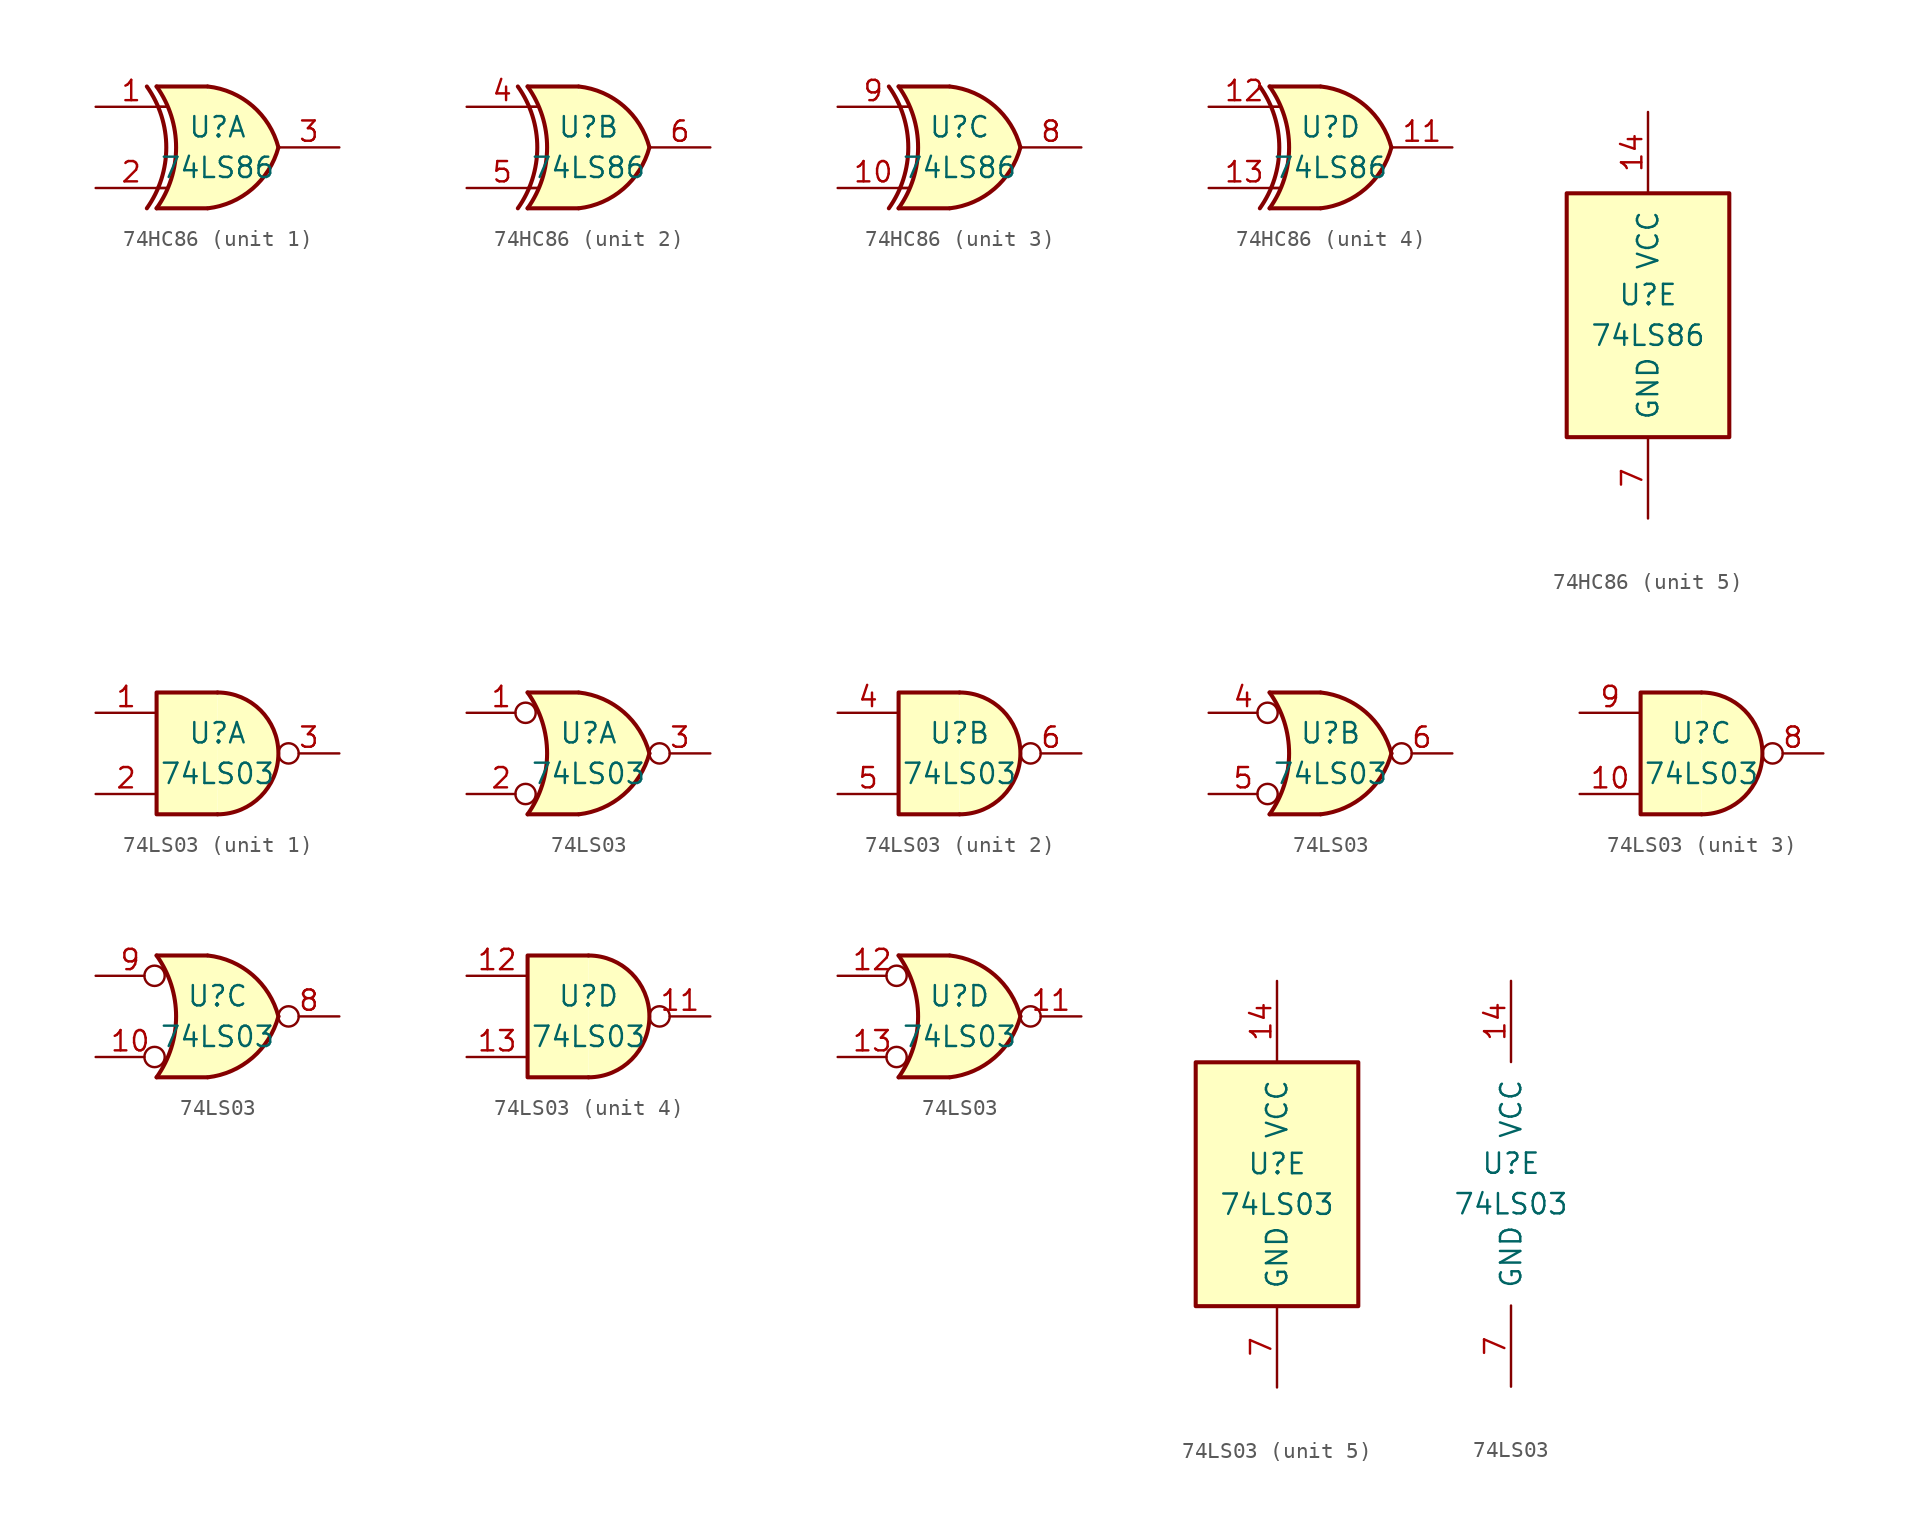
<source format=kicad_sym>
(kicad_symbol_lib
  (version 20220914)
  (generator kicad_symbol_editor)
  (symbol "74HC86"
    (pin_names
      (offset 1.016))
    (property "Reference" "U"
      (at 0 1.27 0)
      (effects (font (size 1.27 1.27))))
    (property "Value" "74LS86"
      (at 0 -1.27 0)
      (effects (font (size 1.27 1.27))))
    (property "ki_locked" ""
      (at 0 0 0)
      (effects (font (size 1.27 1.27))))
    (symbol "74HC86_1_0"
      (arc (start -4.4196 -3.81) (mid -3.2033 0) (end -4.4196 3.81) (stroke (width 0.254) (type default)) (fill (type none)))
      (arc (start -3.81 -3.81) (mid -2.589 0) (end -3.81 3.81) (stroke (width 0.254) (type default)) (fill (type none)))
      (arc (start -0.6096 -3.81) (mid 2.1842 -2.5851) (end 3.81 0) (stroke (width 0.254) (type default)) (fill (type background)))
      (polyline (pts (xy -3.81 -3.81) (xy -0.635 -3.81)) (stroke (width 0.254) (type default)) (fill (type background)))
      (polyline (pts (xy -3.81 3.81) (xy -0.635 3.81)) (stroke (width 0.254) (type default)) (fill (type background)))
      (polyline (pts (xy -0.635 3.81) (xy -3.81 3.81) (xy -3.81 3.81) (xy -3.556 3.404) (xy -3.023 2.261) (xy -2.692 1.041) (xy -2.616 -0.254) (xy -2.769 -1.499) (xy -3.175 -2.718) (xy -3.81 -3.81) (xy -3.81 -3.81) (xy -0.635 -3.81)) (stroke (width -25.4) (type default)) (fill (type background)))
      (arc (start 3.81 0) (mid 2.1915 2.5936) (end -0.6096 3.81) (stroke (width 0.254) (type default)) (fill (type background)))
      (pin input line (at -7.62 2.54 0) (length 4.445) (name "~" (effects (font (size 1.27 1.27)))) (number "1" (effects (font (size 1.27 1.27)))))
      (pin input line (at -7.62 -2.54 0) (length 4.445) (name "~" (effects (font (size 1.27 1.27)))) (number "2" (effects (font (size 1.27 1.27)))))
      (pin output line (at 7.62 0 180) (length 3.81) (name "~" (effects (font (size 1.27 1.27)))) (number "3" (effects (font (size 1.27 1.27))))))
    (symbol "74HC86_1_1"
      (polyline (pts (xy -3.81 -2.54) (xy -3.175 -2.54)) (stroke (width 0.152) (type default)) (fill (type none)))
      (polyline (pts (xy -3.81 2.54) (xy -3.175 2.54)) (stroke (width 0.152) (type default)) (fill (type none))))
    (symbol "74HC86_2_0"
      (arc (start -4.4196 -3.81) (mid -3.2033 0) (end -4.4196 3.81) (stroke (width 0.254) (type default)) (fill (type none)))
      (arc (start -3.81 -3.81) (mid -2.589 0) (end -3.81 3.81) (stroke (width 0.254) (type default)) (fill (type none)))
      (arc (start -0.6096 -3.81) (mid 2.1842 -2.5851) (end 3.81 0) (stroke (width 0.254) (type default)) (fill (type background)))
      (polyline (pts (xy -3.81 -3.81) (xy -0.635 -3.81)) (stroke (width 0.254) (type default)) (fill (type background)))
      (polyline (pts (xy -3.81 3.81) (xy -0.635 3.81)) (stroke (width 0.254) (type default)) (fill (type background)))
      (polyline (pts (xy -0.635 3.81) (xy -3.81 3.81) (xy -3.81 3.81) (xy -3.556 3.404) (xy -3.023 2.261) (xy -2.692 1.041) (xy -2.616 -0.254) (xy -2.769 -1.499) (xy -3.175 -2.718) (xy -3.81 -3.81) (xy -3.81 -3.81) (xy -0.635 -3.81)) (stroke (width -25.4) (type default)) (fill (type background)))
      (arc (start 3.81 0) (mid 2.1915 2.5936) (end -0.6096 3.81) (stroke (width 0.254) (type default)) (fill (type background)))
      (pin input line (at -7.62 2.54 0) (length 4.445) (name "~" (effects (font (size 1.27 1.27)))) (number "4" (effects (font (size 1.27 1.27)))))
      (pin input line (at -7.62 -2.54 0) (length 4.445) (name "~" (effects (font (size 1.27 1.27)))) (number "5" (effects (font (size 1.27 1.27)))))
      (pin output line (at 7.62 0 180) (length 3.81) (name "~" (effects (font (size 1.27 1.27)))) (number "6" (effects (font (size 1.27 1.27))))))
    (symbol "74HC86_2_1"
      (polyline (pts (xy -3.81 -2.54) (xy -3.175 -2.54)) (stroke (width 0.152) (type default)) (fill (type none)))
      (polyline (pts (xy -3.81 2.54) (xy -3.175 2.54)) (stroke (width 0.152) (type default)) (fill (type none))))
    (symbol "74HC86_3_0"
      (arc (start -4.4196 -3.81) (mid -3.2033 0) (end -4.4196 3.81) (stroke (width 0.254) (type default)) (fill (type none)))
      (arc (start -3.81 -3.81) (mid -2.589 0) (end -3.81 3.81) (stroke (width 0.254) (type default)) (fill (type none)))
      (arc (start -0.6096 -3.81) (mid 2.1842 -2.5851) (end 3.81 0) (stroke (width 0.254) (type default)) (fill (type background)))
      (polyline (pts (xy -3.81 -3.81) (xy -0.635 -3.81)) (stroke (width 0.254) (type default)) (fill (type background)))
      (polyline (pts (xy -3.81 3.81) (xy -0.635 3.81)) (stroke (width 0.254) (type default)) (fill (type background)))
      (polyline (pts (xy -0.635 3.81) (xy -3.81 3.81) (xy -3.81 3.81) (xy -3.556 3.404) (xy -3.023 2.261) (xy -2.692 1.041) (xy -2.616 -0.254) (xy -2.769 -1.499) (xy -3.175 -2.718) (xy -3.81 -3.81) (xy -3.81 -3.81) (xy -0.635 -3.81)) (stroke (width -25.4) (type default)) (fill (type background)))
      (arc (start 3.81 0) (mid 2.1915 2.5936) (end -0.6096 3.81) (stroke (width 0.254) (type default)) (fill (type background)))
      (pin input line (at -7.62 -2.54 0) (length 4.445) (name "~" (effects (font (size 1.27 1.27)))) (number "10" (effects (font (size 1.27 1.27)))))
      (pin output line (at 7.62 0 180) (length 3.81) (name "~" (effects (font (size 1.27 1.27)))) (number "8" (effects (font (size 1.27 1.27)))))
      (pin input line (at -7.62 2.54 0) (length 4.445) (name "~" (effects (font (size 1.27 1.27)))) (number "9" (effects (font (size 1.27 1.27))))))
    (symbol "74HC86_3_1"
      (polyline (pts (xy -3.81 -2.54) (xy -3.175 -2.54)) (stroke (width 0.152) (type default)) (fill (type none)))
      (polyline (pts (xy -3.81 2.54) (xy -3.175 2.54)) (stroke (width 0.152) (type default)) (fill (type none))))
    (symbol "74HC86_4_0"
      (arc (start -4.4196 -3.81) (mid -3.2033 0) (end -4.4196 3.81) (stroke (width 0.254) (type default)) (fill (type none)))
      (arc (start -3.81 -3.81) (mid -2.589 0) (end -3.81 3.81) (stroke (width 0.254) (type default)) (fill (type none)))
      (arc (start -0.6096 -3.81) (mid 2.1842 -2.5851) (end 3.81 0) (stroke (width 0.254) (type default)) (fill (type background)))
      (polyline (pts (xy -3.81 -3.81) (xy -0.635 -3.81)) (stroke (width 0.254) (type default)) (fill (type background)))
      (polyline (pts (xy -3.81 3.81) (xy -0.635 3.81)) (stroke (width 0.254) (type default)) (fill (type background)))
      (polyline (pts (xy -0.635 3.81) (xy -3.81 3.81) (xy -3.81 3.81) (xy -3.556 3.404) (xy -3.023 2.261) (xy -2.692 1.041) (xy -2.616 -0.254) (xy -2.769 -1.499) (xy -3.175 -2.718) (xy -3.81 -3.81) (xy -3.81 -3.81) (xy -0.635 -3.81)) (stroke (width -25.4) (type default)) (fill (type background)))
      (arc (start 3.81 0) (mid 2.1915 2.5936) (end -0.6096 3.81) (stroke (width 0.254) (type default)) (fill (type background)))
      (pin output line (at 7.62 0 180) (length 3.81) (name "~" (effects (font (size 1.27 1.27)))) (number "11" (effects (font (size 1.27 1.27)))))
      (pin input line (at -7.62 2.54 0) (length 4.445) (name "~" (effects (font (size 1.27 1.27)))) (number "12" (effects (font (size 1.27 1.27)))))
      (pin input line (at -7.62 -2.54 0) (length 4.445) (name "~" (effects (font (size 1.27 1.27)))) (number "13" (effects (font (size 1.27 1.27))))))
    (symbol "74HC86_4_1"
      (polyline (pts (xy -3.81 -2.54) (xy -3.175 -2.54)) (stroke (width 0.152) (type default)) (fill (type none)))
      (polyline (pts (xy -3.81 2.54) (xy -3.175 2.54)) (stroke (width 0.152) (type default)) (fill (type none))))
    (symbol "74HC86_5_0"
      (pin power_in line (at 0 12.7 270) (length 5.08) (name "VCC" (effects (font (size 1.27 1.27)))) (number "14" (effects (font (size 1.27 1.27)))))
      (pin power_in line (at 0 -12.7 90) (length 5.08) (name "GND" (effects (font (size 1.27 1.27)))) (number "7" (effects (font (size 1.27 1.27))))))
    (symbol "74HC86_5_1"
      (rectangle (start -5.08 7.62) (end 5.08 -7.62) (stroke (width 0.254) (type default)) (fill (type background)))))
  (symbol "74LS03"
    (pin_names
      (offset 1.016))
    (property "Reference" "U"
      (at 0 1.27 0)
      (effects (font (size 1.27 1.27))))
    (property "Value" "74LS03"
      (at 0 -1.27 0)
      (effects (font (size 1.27 1.27))))
    (property "ki_locked" ""
      (at 0 0 0)
      (effects (font (size 1.27 1.27))))
    (symbol "74LS03_1_1"
      (arc (start 0 -3.81) (mid 3.7934 0) (end 0 3.81) (stroke (width 0.254) (type default)) (fill (type background)))
      (polyline (pts (xy 0 3.81) (xy -3.81 3.81) (xy -3.81 -3.81) (xy 0 -3.81)) (stroke (width 0.254) (type default)) (fill (type background)))
      (pin input line (at -7.62 2.54 0) (length 3.81) (name "~" (effects (font (size 1.27 1.27)))) (number "1" (effects (font (size 1.27 1.27)))))
      (pin input line (at -7.62 -2.54 0) (length 3.81) (name "~" (effects (font (size 1.27 1.27)))) (number "2" (effects (font (size 1.27 1.27)))))
      (pin open_collector inverted (at 7.62 0 180) (length 3.81) (name "~" (effects (font (size 1.27 1.27)))) (number "3" (effects (font (size 1.27 1.27))))))
    (symbol "74LS03_1_2"
      (arc (start -3.81 -3.81) (mid -2.589 0) (end -3.81 3.81) (stroke (width 0.254) (type default)) (fill (type none)))
      (arc (start -0.6096 -3.81) (mid 2.1842 -2.5851) (end 3.81 0) (stroke (width 0.254) (type default)) (fill (type background)))
      (polyline (pts (xy -3.81 -3.81) (xy -0.635 -3.81)) (stroke (width 0.254) (type default)) (fill (type background)))
      (polyline (pts (xy -3.81 3.81) (xy -0.635 3.81)) (stroke (width 0.254) (type default)) (fill (type background)))
      (polyline (pts (xy -0.635 3.81) (xy -3.81 3.81) (xy -3.81 3.81) (xy -3.556 3.404) (xy -3.023 2.261) (xy -2.692 1.041) (xy -2.616 -0.254) (xy -2.769 -1.499) (xy -3.175 -2.718) (xy -3.81 -3.81) (xy -3.81 -3.81) (xy -0.635 -3.81)) (stroke (width -25.4) (type default)) (fill (type background)))
      (arc (start 3.81 0) (mid 2.1915 2.5936) (end -0.6096 3.81) (stroke (width 0.254) (type default)) (fill (type background)))
      (pin input inverted (at -7.62 2.54 0) (length 4.318) (name "~" (effects (font (size 1.27 1.27)))) (number "1" (effects (font (size 1.27 1.27)))))
      (pin input inverted (at -7.62 -2.54 0) (length 4.318) (name "~" (effects (font (size 1.27 1.27)))) (number "2" (effects (font (size 1.27 1.27)))))
      (pin output inverted (at 7.62 0 180) (length 3.81) (name "~" (effects (font (size 1.27 1.27)))) (number "3" (effects (font (size 1.27 1.27))))))
    (symbol "74LS03_2_1"
      (arc (start 0 -3.81) (mid 3.7934 0) (end 0 3.81) (stroke (width 0.254) (type default)) (fill (type background)))
      (polyline (pts (xy 0 3.81) (xy -3.81 3.81) (xy -3.81 -3.81) (xy 0 -3.81)) (stroke (width 0.254) (type default)) (fill (type background)))
      (pin input line (at -7.62 2.54 0) (length 3.81) (name "~" (effects (font (size 1.27 1.27)))) (number "4" (effects (font (size 1.27 1.27)))))
      (pin input line (at -7.62 -2.54 0) (length 3.81) (name "~" (effects (font (size 1.27 1.27)))) (number "5" (effects (font (size 1.27 1.27)))))
      (pin open_collector inverted (at 7.62 0 180) (length 3.81) (name "~" (effects (font (size 1.27 1.27)))) (number "6" (effects (font (size 1.27 1.27))))))
    (symbol "74LS03_2_2"
      (arc (start -3.81 -3.81) (mid -2.589 0) (end -3.81 3.81) (stroke (width 0.254) (type default)) (fill (type none)))
      (arc (start -0.6096 -3.81) (mid 2.1842 -2.5851) (end 3.81 0) (stroke (width 0.254) (type default)) (fill (type background)))
      (polyline (pts (xy -3.81 -3.81) (xy -0.635 -3.81)) (stroke (width 0.254) (type default)) (fill (type background)))
      (polyline (pts (xy -3.81 3.81) (xy -0.635 3.81)) (stroke (width 0.254) (type default)) (fill (type background)))
      (polyline (pts (xy -0.635 3.81) (xy -3.81 3.81) (xy -3.81 3.81) (xy -3.556 3.404) (xy -3.023 2.261) (xy -2.692 1.041) (xy -2.616 -0.254) (xy -2.769 -1.499) (xy -3.175 -2.718) (xy -3.81 -3.81) (xy -3.81 -3.81) (xy -0.635 -3.81)) (stroke (width -25.4) (type default)) (fill (type background)))
      (arc (start 3.81 0) (mid 2.1915 2.5936) (end -0.6096 3.81) (stroke (width 0.254) (type default)) (fill (type background)))
      (pin input inverted (at -7.62 2.54 0) (length 4.318) (name "~" (effects (font (size 1.27 1.27)))) (number "4" (effects (font (size 1.27 1.27)))))
      (pin input inverted (at -7.62 -2.54 0) (length 4.318) (name "~" (effects (font (size 1.27 1.27)))) (number "5" (effects (font (size 1.27 1.27)))))
      (pin output inverted (at 7.62 0 180) (length 3.81) (name "~" (effects (font (size 1.27 1.27)))) (number "6" (effects (font (size 1.27 1.27))))))
    (symbol "74LS03_3_1"
      (arc (start 0 -3.81) (mid 3.7934 0) (end 0 3.81) (stroke (width 0.254) (type default)) (fill (type background)))
      (polyline (pts (xy 0 3.81) (xy -3.81 3.81) (xy -3.81 -3.81) (xy 0 -3.81)) (stroke (width 0.254) (type default)) (fill (type background)))
      (pin input line (at -7.62 -2.54 0) (length 3.81) (name "~" (effects (font (size 1.27 1.27)))) (number "10" (effects (font (size 1.27 1.27)))))
      (pin open_collector inverted (at 7.62 0 180) (length 3.81) (name "~" (effects (font (size 1.27 1.27)))) (number "8" (effects (font (size 1.27 1.27)))))
      (pin input line (at -7.62 2.54 0) (length 3.81) (name "~" (effects (font (size 1.27 1.27)))) (number "9" (effects (font (size 1.27 1.27))))))
    (symbol "74LS03_3_2"
      (arc (start -3.81 -3.81) (mid -2.589 0) (end -3.81 3.81) (stroke (width 0.254) (type default)) (fill (type none)))
      (arc (start -0.6096 -3.81) (mid 2.1842 -2.5851) (end 3.81 0) (stroke (width 0.254) (type default)) (fill (type background)))
      (polyline (pts (xy -3.81 -3.81) (xy -0.635 -3.81)) (stroke (width 0.254) (type default)) (fill (type background)))
      (polyline (pts (xy -3.81 3.81) (xy -0.635 3.81)) (stroke (width 0.254) (type default)) (fill (type background)))
      (polyline (pts (xy -0.635 3.81) (xy -3.81 3.81) (xy -3.81 3.81) (xy -3.556 3.404) (xy -3.023 2.261) (xy -2.692 1.041) (xy -2.616 -0.254) (xy -2.769 -1.499) (xy -3.175 -2.718) (xy -3.81 -3.81) (xy -3.81 -3.81) (xy -0.635 -3.81)) (stroke (width -25.4) (type default)) (fill (type background)))
      (arc (start 3.81 0) (mid 2.1915 2.5936) (end -0.6096 3.81) (stroke (width 0.254) (type default)) (fill (type background)))
      (pin input inverted (at -7.62 -2.54 0) (length 4.318) (name "~" (effects (font (size 1.27 1.27)))) (number "10" (effects (font (size 1.27 1.27)))))
      (pin output inverted (at 7.62 0 180) (length 3.81) (name "~" (effects (font (size 1.27 1.27)))) (number "8" (effects (font (size 1.27 1.27)))))
      (pin input inverted (at -7.62 2.54 0) (length 4.318) (name "~" (effects (font (size 1.27 1.27)))) (number "9" (effects (font (size 1.27 1.27))))))
    (symbol "74LS03_4_1"
      (arc (start 0 -3.81) (mid 3.7934 0) (end 0 3.81) (stroke (width 0.254) (type default)) (fill (type background)))
      (polyline (pts (xy 0 3.81) (xy -3.81 3.81) (xy -3.81 -3.81) (xy 0 -3.81)) (stroke (width 0.254) (type default)) (fill (type background)))
      (pin open_collector inverted (at 7.62 0 180) (length 3.81) (name "~" (effects (font (size 1.27 1.27)))) (number "11" (effects (font (size 1.27 1.27)))))
      (pin input line (at -7.62 2.54 0) (length 3.81) (name "~" (effects (font (size 1.27 1.27)))) (number "12" (effects (font (size 1.27 1.27)))))
      (pin input line (at -7.62 -2.54 0) (length 3.81) (name "~" (effects (font (size 1.27 1.27)))) (number "13" (effects (font (size 1.27 1.27))))))
    (symbol "74LS03_4_2"
      (arc (start -3.81 -3.81) (mid -2.589 0) (end -3.81 3.81) (stroke (width 0.254) (type default)) (fill (type none)))
      (arc (start -0.6096 -3.81) (mid 2.1842 -2.5851) (end 3.81 0) (stroke (width 0.254) (type default)) (fill (type background)))
      (polyline (pts (xy -3.81 -3.81) (xy -0.635 -3.81)) (stroke (width 0.254) (type default)) (fill (type background)))
      (polyline (pts (xy -3.81 3.81) (xy -0.635 3.81)) (stroke (width 0.254) (type default)) (fill (type background)))
      (polyline (pts (xy -0.635 3.81) (xy -3.81 3.81) (xy -3.81 3.81) (xy -3.556 3.404) (xy -3.023 2.261) (xy -2.692 1.041) (xy -2.616 -0.254) (xy -2.769 -1.499) (xy -3.175 -2.718) (xy -3.81 -3.81) (xy -3.81 -3.81) (xy -0.635 -3.81)) (stroke (width -25.4) (type default)) (fill (type background)))
      (arc (start 3.81 0) (mid 2.1915 2.5936) (end -0.6096 3.81) (stroke (width 0.254) (type default)) (fill (type background)))
      (pin output inverted (at 7.62 0 180) (length 3.81) (name "~" (effects (font (size 1.27 1.27)))) (number "11" (effects (font (size 1.27 1.27)))))
      (pin input inverted (at -7.62 2.54 0) (length 4.318) (name "~" (effects (font (size 1.27 1.27)))) (number "12" (effects (font (size 1.27 1.27)))))
      (pin input inverted (at -7.62 -2.54 0) (length 4.318) (name "~" (effects (font (size 1.27 1.27)))) (number "13" (effects (font (size 1.27 1.27))))))
    (symbol "74LS03_5_0"
      (pin power_in line (at 0 12.7 270) (length 5.08) (name "VCC" (effects (font (size 1.27 1.27)))) (number "14" (effects (font (size 1.27 1.27)))))
      (pin power_in line (at 0 -12.7 90) (length 5.08) (name "GND" (effects (font (size 1.27 1.27)))) (number "7" (effects (font (size 1.27 1.27))))))
    (symbol "74LS03_5_1"
      (rectangle (start -5.08 7.62) (end 5.08 -7.62) (stroke (width 0.254) (type default)) (fill (type background))))))
</source>
